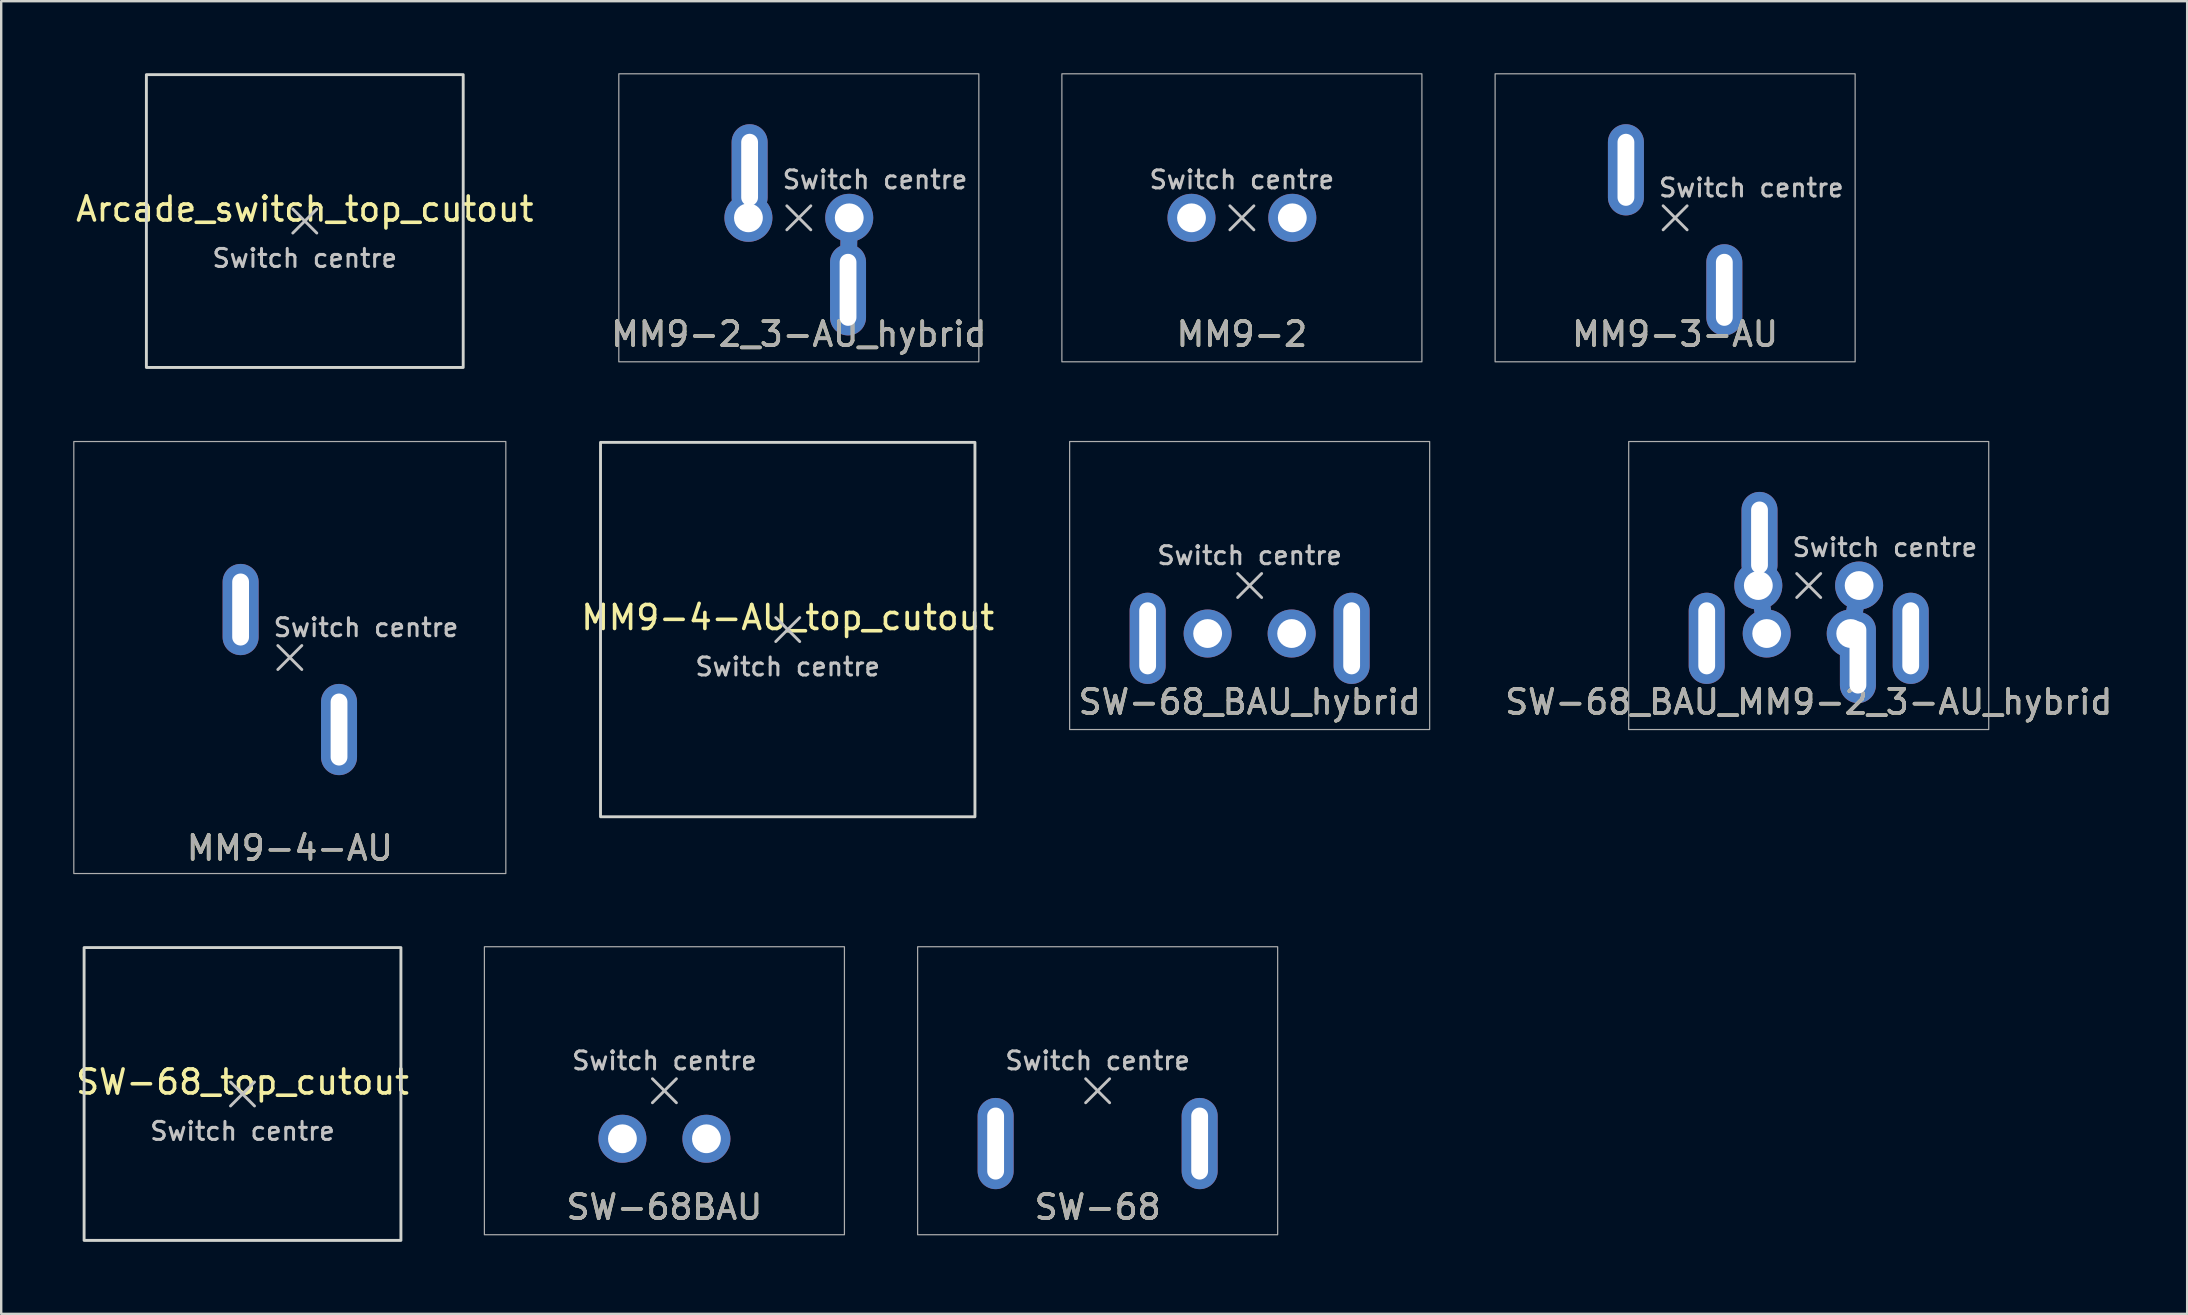
<source format=kicad_pcb>
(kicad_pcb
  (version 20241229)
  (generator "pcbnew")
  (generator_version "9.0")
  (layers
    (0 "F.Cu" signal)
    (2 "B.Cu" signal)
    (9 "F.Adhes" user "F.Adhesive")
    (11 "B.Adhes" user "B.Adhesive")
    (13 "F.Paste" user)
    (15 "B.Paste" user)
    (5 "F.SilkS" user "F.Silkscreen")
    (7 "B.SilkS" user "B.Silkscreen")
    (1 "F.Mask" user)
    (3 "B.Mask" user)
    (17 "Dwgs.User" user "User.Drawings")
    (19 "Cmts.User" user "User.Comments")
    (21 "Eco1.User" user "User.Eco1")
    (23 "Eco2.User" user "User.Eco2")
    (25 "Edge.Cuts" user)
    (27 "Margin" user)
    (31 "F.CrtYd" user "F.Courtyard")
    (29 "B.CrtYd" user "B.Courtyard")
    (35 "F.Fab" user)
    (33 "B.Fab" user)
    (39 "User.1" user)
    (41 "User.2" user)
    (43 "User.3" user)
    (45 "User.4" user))
  (footprint "MM9-2_3-AU_hybrid"
    (layer "F.Cu")
    (at 30.232 6.025)
    (property "Reference" "MM9-2_3-AU_hybrid" (at 0 4.85 0) (unlocked yes) (layer "F.SilkS") (effects (font (size 1 1) (thickness 0.15))))
    (attr through_hole)
    (fp_line (start 2.1 0) (end 2.05 3) (stroke (width 0.7) (type solid)) (layer "F.Cu"))
    (fp_line (start 2.1 0) (end 2.05 3) (stroke (width 0.7) (type solid)) (layer "B.Cu"))
    (fp_line (start -0.5 -0.5) (end 0.5 0.5) (stroke (width 0.12) (type solid)) (layer "Dwgs.User"))
    (fp_line (start -0.5 0.5) (end 0.5 -0.5) (stroke (width 0.12) (type solid)) (layer "Dwgs.User"))
    (fp_rect (start 7.5 6) (end -7.5 -6) (stroke (width 0.05) (type solid)) (fill no) (layer "F.Fab"))
    (fp_text user "Switch centre" (at 3.175 -1.587 0) (unlocked yes) (layer "Dwgs.User") (effects (font (size 0.75 0.75) (thickness 0.125))))
    (fp_text user "${REFERENCE}" (at 0 4.85 0) (unlocked yes) (layer "F.Fab") (effects (font (size 1 1) (thickness 0.15))))
    (pad "1" thru_hole oval (at 2.05 3) (size 1.5 3.8) (drill oval 0.7 3) (layers "*.Cu" "*.Mask"))
    (pad "1" thru_hole circle (at 2.1 0 90) (size 2 2) (drill 1.2) (layers "*.Cu" "*.Mask"))
    (pad "2" thru_hole circle (at -2.1 0) (size 2 2) (drill 1.2) (layers "*.Cu" "*.Mask"))
    (pad "2" thru_hole oval (at -2.05 -2) (size 1.5 3.8) (drill oval 0.7 3) (layers "*.Cu" "*.Mask")))
  (footprint "SW-68_BAU_MM9-2_3-AU_hybrid"
    (layer "F.Cu")
    (at 72.308 21.345)
    (property "Reference" "SW-68_BAU_MM9-2_3-AU_hybrid" (at 0 4.85 0) (unlocked yes) (layer "F.SilkS") (effects (font (size 1 1) (thickness 0.15))))
    (attr through_hole)
    (fp_line (start -2.1 0) (end -1.75 2) (stroke (width 0.7) (type solid)) (layer "F.Cu"))
    (fp_line (start 2.1 0) (end 1.75 2) (stroke (width 0.7) (type solid)) (layer "F.Cu"))
    (fp_line (start -2.1 0) (end -1.75 2) (stroke (width 0.7) (type solid)) (layer "B.Cu"))
    (fp_line (start 2.1 0) (end 1.75 2) (stroke (width 0.7) (type solid)) (layer "B.Cu"))
    (fp_line (start -0.5 -0.5) (end 0.5 0.5) (stroke (width 0.12) (type solid)) (layer "Dwgs.User"))
    (fp_line (start -0.5 0.5) (end 0.5 -0.5) (stroke (width 0.12) (type solid)) (layer "Dwgs.User"))
    (fp_rect (start 7.5 6) (end -7.5 -6) (stroke (width 0.05) (type solid)) (fill no) (layer "F.Fab"))
    (fp_text user "Switch centre" (at 3.175 -1.587 0) (unlocked yes) (layer "Dwgs.User") (effects (font (size 0.75 0.75) (thickness 0.125))))
    (fp_text user "${REFERENCE}" (at 0 4.85 0) (unlocked yes) (layer "F.Fab") (effects (font (size 1 1) (thickness 0.15))))
    (pad "1" thru_hole circle (at 1.75 2) (size 2 2) (drill 1.2) (layers "*.Cu" "*.Mask"))
    (pad "1" thru_hole oval (at 2.05 3) (size 1.5 3.8) (drill oval 0.7 3) (layers "*.Cu" "*.Mask"))
    (pad "1" thru_hole circle (at 2.1 0 90) (size 2 2) (drill 1.2) (layers "*.Cu" "*.Mask"))
    (pad "1" thru_hole oval (at 4.25 2.2) (size 1.5 3.8) (drill oval 0.7 3) (layers "*.Cu" "*.Mask"))
    (pad "2" thru_hole oval (at -4.25 2.2) (size 1.5 3.8) (drill oval 0.7 3) (layers "*.Cu" "*.Mask"))
    (pad "2" thru_hole circle (at -2.1 0) (size 2 2) (drill 1.2) (layers "*.Cu" "*.Mask"))
    (pad "2" thru_hole oval (at -2.05 -2) (size 1.5 3.8) (drill oval 0.7 3) (layers "*.Cu" "*.Mask"))
    (pad "2" thru_hole circle (at -1.75 2) (size 2 2) (drill 1.2) (layers "*.Cu" "*.Mask")))
  (footprint "SW-68_BAU_hybrid"
    (layer "F.Cu")
    (at 49.015 21.345)
    (property "Reference" "SW-68_BAU_hybrid" (at 0 4.85 0) (unlocked yes) (layer "F.SilkS") (effects (font (size 1 1) (thickness 0.15))))
    (attr through_hole)
    (fp_line (start -0.5 -0.5) (end 0.5 0.5) (stroke (width 0.12) (type solid)) (layer "Dwgs.User"))
    (fp_line (start -0.5 0.5) (end 0.5 -0.5) (stroke (width 0.12) (type solid)) (layer "Dwgs.User"))
    (fp_rect (start 7.5 6) (end -7.5 -6) (stroke (width 0.05) (type solid)) (fill no) (layer "F.Fab"))
    (fp_text user "Switch centre" (at 0 -1.25 0) (unlocked yes) (layer "Dwgs.User") (effects (font (size 0.75 0.75) (thickness 0.125))))
    (fp_text user "${REFERENCE}" (at 0 4.85 0) (unlocked yes) (layer "F.Fab") (effects (font (size 1 1) (thickness 0.15))))
    (pad "1" thru_hole circle (at 1.75 2) (size 2 2) (drill 1.2) (layers "*.Cu" "*.Mask"))
    (pad "1" thru_hole oval (at 4.25 2.2) (size 1.5 3.8) (drill oval 0.7 3) (layers "*.Cu" "*.Mask"))
    (pad "2" thru_hole oval (at -4.25 2.2) (size 1.5 3.8) (drill oval 0.7 3) (layers "*.Cu" "*.Mask"))
    (pad "2" thru_hole circle (at -1.75 2) (size 2 2) (drill 1.2) (layers "*.Cu" "*.Mask")))
  (footprint "MM9-3-AU"
    (layer "F.Cu")
    (at 66.742 6.025)
    (property "Reference" "MM9-3-AU" (at 0 4.85 0) (unlocked yes) (layer "F.SilkS") (effects (font (size 1 1) (thickness 0.15))))
    (attr through_hole)
    (fp_line (start -0.5 -0.5) (end 0.5 0.5) (stroke (width 0.12) (type solid)) (layer "Dwgs.User"))
    (fp_line (start -0.5 0.5) (end 0.5 -0.5) (stroke (width 0.12) (type solid)) (layer "Dwgs.User"))
    (fp_rect (start 7.5 6) (end -7.5 -6) (stroke (width 0.05) (type solid)) (fill no) (layer "F.Fab"))
    (fp_text user "Switch centre" (at 3.175 -1.25 0) (unlocked yes) (layer "Dwgs.User") (effects (font (size 0.75 0.75) (thickness 0.125))))
    (fp_text user "${REFERENCE}" (at 0 4.85 0) (unlocked yes) (layer "F.Fab") (effects (font (size 1 1) (thickness 0.15))))
    (pad "1" thru_hole oval (at 2.05 3) (size 1.5 3.8) (drill oval 0.7 3) (layers "*.Cu" "*.Mask"))
    (pad "2" thru_hole oval (at -2.05 -2) (size 1.5 3.8) (drill oval 0.7 3) (layers "*.Cu" "*.Mask")))
  (footprint "Arcade_switch_top_cutout"
    (layer "F.Cu")
    (at 9.649 6.16)
    (property "Reference" "Arcade_switch_top_cutout" (at 0 -0.5 0) (unlocked yes) (layer "F.SilkS") (effects (font (size 1 1) (thickness 0.15))))
    (fp_line (start -0.5 -0.5) (end 0.5 0.5) (stroke (width 0.12) (type solid)) (layer "Dwgs.User"))
    (fp_line (start -0.5 0.5) (end 0.5 -0.5) (stroke (width 0.12) (type solid)) (layer "Dwgs.User"))
    (fp_rect (start -6.6 -6.1) (end 6.6 6.1) (stroke (width 0.12) (type solid)) (fill no) (layer "Edge.Cuts"))
    (fp_text user "Switch centre" (at 0 1.55 0) (unlocked yes) (layer "Dwgs.User") (effects (font (size 0.75 0.75) (thickness 0.125)))))
  (footprint "MM9-2"
    (layer "F.Cu")
    (at 48.692 6.025)
    (property "Reference" "MM9-2" (at 0 4.85 0) (unlocked yes) (layer "F.SilkS") (effects (font (size 1 1) (thickness 0.15))))
    (attr through_hole)
    (fp_line (start -0.5 -0.5) (end 0.5 0.5) (stroke (width 0.12) (type solid)) (layer "Dwgs.User"))
    (fp_line (start -0.5 0.5) (end 0.5 -0.5) (stroke (width 0.12) (type solid)) (layer "Dwgs.User"))
    (fp_rect (start 7.5 6) (end -7.5 -6) (stroke (width 0.05) (type solid)) (fill no) (layer "F.Fab"))
    (fp_text user "Switch centre" (at 0 -1.587 0) (unlocked yes) (layer "Dwgs.User") (effects (font (size 0.75 0.75) (thickness 0.125))))
    (fp_text user "${REFERENCE}" (at 0 4.85 0) (unlocked yes) (layer "F.Fab") (effects (font (size 1 1) (thickness 0.15))))
    (pad "1" thru_hole circle (at 2.1 0 90) (size 2 2) (drill 1.2) (layers "*.Cu" "*.Mask"))
    (pad "2" thru_hole circle (at -2.1 0) (size 2 2) (drill 1.2) (layers "*.Cu" "*.Mask")))
  (footprint "SW-68_top_cutout"
    (layer "F.Cu")
    (at 7.054 42.53)
    (property "Reference" "SW-68_top_cutout" (at 0 -0.5 0) (unlocked yes) (layer "F.SilkS") (effects (font (size 1 1) (thickness 0.15))))
    (fp_line (start -0.5 -0.5) (end 0.5 0.5) (stroke (width 0.12) (type solid)) (layer "Dwgs.User"))
    (fp_line (start -0.5 0.5) (end 0.5 -0.5) (stroke (width 0.12) (type solid)) (layer "Dwgs.User"))
    (fp_rect (start -6.6 -6.1) (end 6.6 6.1) (stroke (width 0.12) (type solid)) (fill no) (layer "Edge.Cuts"))
    (fp_text user "Switch centre" (at 0 1.55 0) (unlocked yes) (layer "Dwgs.User") (effects (font (size 0.75 0.75) (thickness 0.125)))))
  (footprint "SW-68"
    (layer "F.Cu")
    (at 42.682 42.395)
    (property "Reference" "SW-68" (at 0 4.85 0) (unlocked yes) (layer "F.SilkS") (effects (font (size 1 1) (thickness 0.15))))
    (attr through_hole)
    (fp_line (start -0.5 -0.5) (end 0.5 0.5) (stroke (width 0.12) (type solid)) (layer "Dwgs.User"))
    (fp_line (start -0.5 0.5) (end 0.5 -0.5) (stroke (width 0.12) (type solid)) (layer "Dwgs.User"))
    (fp_rect (start 7.5 6) (end -7.5 -6) (stroke (width 0.05) (type solid)) (fill no) (layer "F.Fab"))
    (fp_text user "Switch centre" (at 0 -1.25 0) (unlocked yes) (layer "Dwgs.User") (effects (font (size 0.75 0.75) (thickness 0.125))))
    (fp_text user "${REFERENCE}" (at 0 4.85 0) (unlocked yes) (layer "F.Fab") (effects (font (size 1 1) (thickness 0.15))))
    (pad "1" thru_hole oval (at 4.25 2.2) (size 1.5 3.8) (drill oval 0.7 3) (layers "*.Cu" "*.Mask"))
    (pad "2" thru_hole oval (at -4.25 2.2) (size 1.5 3.8) (drill oval 0.7 3) (layers "*.Cu" "*.Mask")))
  (footprint "MM9-4-AU"
    (layer "F.Cu")
    (at 9.025 24.345)
    (property "Reference" "MM9-4-AU" (at 0 7.938 0) (unlocked yes) (layer "F.SilkS") (effects (font (size 1 1) (thickness 0.15))))
    (attr through_hole)
    (fp_line (start -0.5 -0.5) (end 0.5 0.5) (stroke (width 0.12) (type solid)) (layer "Dwgs.User"))
    (fp_line (start -0.5 0.5) (end 0.5 -0.5) (stroke (width 0.12) (type solid)) (layer "Dwgs.User"))
    (fp_rect (start 9 9) (end -9 -9) (stroke (width 0.05) (type solid)) (fill no) (layer "F.Fab"))
    (fp_text user "Switch centre" (at 3.175 -1.25 0) (unlocked yes) (layer "Dwgs.User") (effects (font (size 0.75 0.75) (thickness 0.125))))
    (fp_text user "${REFERENCE}" (at 0 7.938 0) (unlocked yes) (layer "F.Fab") (effects (font (size 1 1) (thickness 0.15))))
    (pad "1" thru_hole oval (at 2.05 3) (size 1.5 3.8) (drill oval 0.7 3) (layers "*.Cu" "*.Mask"))
    (pad "2" thru_hole oval (at -2.05 -2) (size 1.5 3.8) (drill oval 0.7 3) (layers "*.Cu" "*.Mask")))
  (footprint "SW-68BAU"
    (layer "F.Cu")
    (at 24.632 42.395)
    (property "Reference" "SW-68BAU" (at 0 4.85 0) (unlocked yes) (layer "F.SilkS") (effects (font (size 1 1) (thickness 0.15))))
    (attr through_hole)
    (fp_line (start -0.5 -0.5) (end 0.5 0.5) (stroke (width 0.12) (type solid)) (layer "Dwgs.User"))
    (fp_line (start -0.5 0.5) (end 0.5 -0.5) (stroke (width 0.12) (type solid)) (layer "Dwgs.User"))
    (fp_rect (start 7.5 6) (end -7.5 -6) (stroke (width 0.05) (type solid)) (fill no) (layer "F.Fab"))
    (fp_text user "Switch centre" (at 0 -1.25 0) (unlocked yes) (layer "Dwgs.User") (effects (font (size 0.75 0.75) (thickness 0.125))))
    (fp_text user "${REFERENCE}" (at 0 4.85 0) (unlocked yes) (layer "F.Fab") (effects (font (size 1 1) (thickness 0.15))))
    (pad "1" thru_hole circle (at 1.75 2) (size 2 2) (drill 1.2) (layers "*.Cu" "*.Mask"))
    (pad "2" thru_hole circle (at -1.75 2) (size 2 2) (drill 1.2) (layers "*.Cu" "*.Mask")))
  (footprint "MM9-4-AU_top_cutout"
    (layer "F.Cu")
    (at 29.77 23.18)
    (property "Reference" "MM9-4-AU_top_cutout" (at 0 -0.5 0) (unlocked yes) (layer "F.SilkS") (effects (font (size 1 1) (thickness 0.15))))
    (fp_line (start -0.5 -0.5) (end 0.5 0.5) (stroke (width 0.12) (type solid)) (layer "Dwgs.User"))
    (fp_line (start -0.5 0.5) (end 0.5 -0.5) (stroke (width 0.12) (type solid)) (layer "Dwgs.User"))
    (fp_rect (start -7.8 -7.8) (end 7.8 7.8) (stroke (width 0.12) (type solid)) (fill no) (layer "Edge.Cuts"))
    (fp_text user "Switch centre" (at 0 1.55 0) (unlocked yes) (layer "Dwgs.User") (effects (font (size 0.75 0.75) (thickness 0.125)))))
  (gr_rect
    (start -3 -3)
    (end 88.076 51.69)
    (stroke (width 0.1) (type default))
    (fill no)
    (layer "Edge.Cuts")))
</source>
